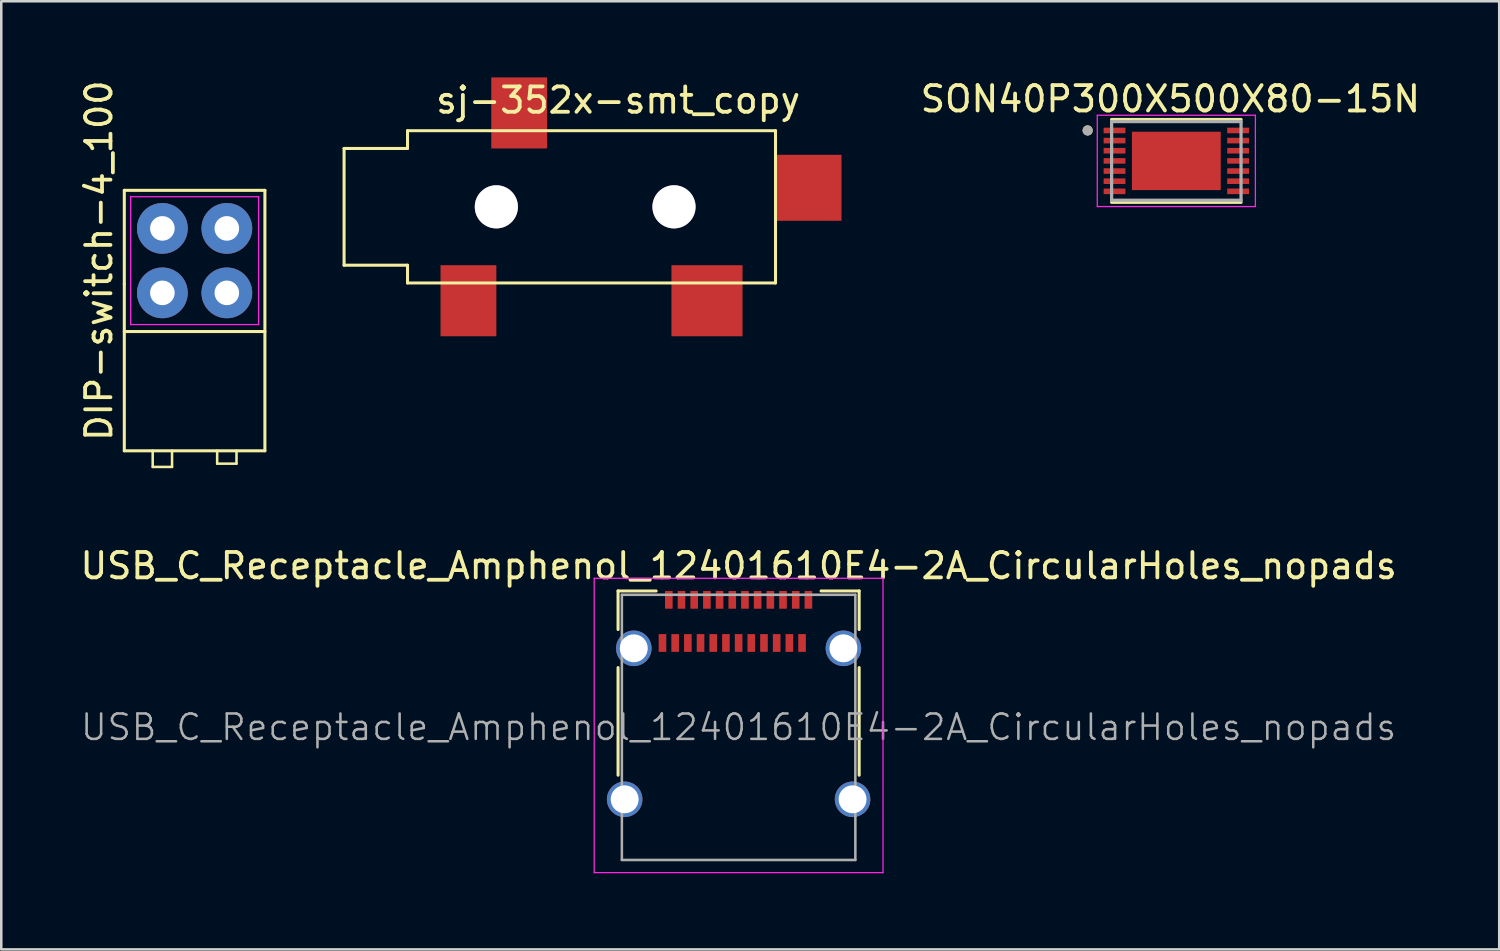
<source format=kicad_pcb>
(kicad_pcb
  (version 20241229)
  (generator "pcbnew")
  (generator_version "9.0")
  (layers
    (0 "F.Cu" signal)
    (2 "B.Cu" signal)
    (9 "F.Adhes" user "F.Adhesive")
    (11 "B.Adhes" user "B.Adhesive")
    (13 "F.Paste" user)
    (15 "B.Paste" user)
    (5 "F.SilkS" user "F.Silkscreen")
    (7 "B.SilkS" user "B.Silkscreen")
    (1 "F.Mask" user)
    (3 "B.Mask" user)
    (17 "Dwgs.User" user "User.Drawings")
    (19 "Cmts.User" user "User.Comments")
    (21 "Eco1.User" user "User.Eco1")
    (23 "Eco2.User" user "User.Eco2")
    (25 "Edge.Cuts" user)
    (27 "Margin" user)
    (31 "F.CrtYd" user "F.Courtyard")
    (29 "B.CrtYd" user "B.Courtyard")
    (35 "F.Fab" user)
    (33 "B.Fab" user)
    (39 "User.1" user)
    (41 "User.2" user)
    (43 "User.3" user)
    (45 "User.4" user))
  (footprint "DIP-switch-4_100"
    (layer "F.Cu")
    (at 4.618 7.22)
    (property "Reference" "DIP-switch-4_100" (at -3.77 0 90) (layer "F.SilkS") (effects (font (size 1 1) (thickness 0.15))))
    (fp_line (start -2.77 -2.77) (end -2.77 0.923) (stroke (width 0.12) (type default)) (layer "F.SilkS"))
    (fp_line (start -2.77 0.923) (end -2.77 7.493) (stroke (width 0.12) (type default)) (layer "F.SilkS"))
    (fp_line (start -2.77 2.794) (end 2.77 2.794) (stroke (width 0.12) (type default)) (layer "F.SilkS"))
    (fp_line (start -2.77 7.493) (end 2.77 7.493) (stroke (width 0.12) (type default)) (layer "F.SilkS"))
    (fp_line (start -1.651 7.493) (end -1.651 8.128) (stroke (width 0.1) (type default)) (layer "F.SilkS"))
    (fp_line (start -1.651 8.128) (end -0.889 8.128) (stroke (width 0.1) (type default)) (layer "F.SilkS"))
    (fp_line (start -0.889 8.128) (end -0.889 7.493) (stroke (width 0.1) (type default)) (layer "F.SilkS"))
    (fp_line (start 0.889 7.493) (end 0.889 8.001) (stroke (width 0.1) (type default)) (layer "F.SilkS"))
    (fp_line (start 0.889 8.001) (end 1.651 8.001) (stroke (width 0.1) (type default)) (layer "F.SilkS"))
    (fp_line (start 1.651 8.001) (end 1.651 7.493) (stroke (width 0.1) (type default)) (layer "F.SilkS"))
    (fp_line (start 2.77 -2.77) (end -2.77 -2.77) (stroke (width 0.12) (type default)) (layer "F.SilkS"))
    (fp_line (start 2.77 7.493) (end 2.77 -2.77) (stroke (width 0.12) (type default)) (layer "F.SilkS"))
    (fp_line (start -2.52 -2.52) (end 2.52 -2.52) (stroke (width 0.05) (type default)) (layer "F.CrtYd"))
    (fp_line (start -2.52 2.52) (end -2.52 -2.52) (stroke (width 0.05) (type default)) (layer "F.CrtYd"))
    (fp_line (start 2.52 -2.52) (end 2.52 2.52) (stroke (width 0.05) (type default)) (layer "F.CrtYd"))
    (fp_line (start 2.52 2.52) (end -2.52 2.52) (stroke (width 0.05) (type default)) (layer "F.CrtYd"))
    (pad "1" thru_hole circle (at -1.27 1.27) (size 2 2) (drill 0.97) (layers "*.Cu" "*.Mask"))
    (pad "2" thru_hole circle (at 1.27 1.27) (size 2 2) (drill 0.97) (layers "*.Cu" "*.Mask"))
    (pad "3" thru_hole circle (at 1.27 -1.27) (size 2 2) (drill 0.97) (layers "*.Cu" "*.Mask"))
    (pad "4" thru_hole circle (at -1.27 -1.27) (size 2 2) (drill 0.97) (layers "*.Cu" "*.Mask")))
  (footprint "USB_C_Receptacle_Amphenol_12401610E4-2A_CircularHoles_nopads"
    (layer "F.Cu")
    (at 26.054 25.606)
    (property "Reference" "USB_C_Receptacle_Amphenol_12401610E4-2A_CircularHoles_nopads" (at 0 -6.36 0) (layer "F.SilkS") (effects (font (size 1 1) (thickness 0.15))))
    (attr smd)
    (fp_line (start -4.75 -5.37) (end -4.75 -3.85) (stroke (width 0.12) (type solid)) (layer "F.SilkS"))
    (fp_line (start -4.75 -5.37) (end -3.25 -5.37) (stroke (width 0.12) (type solid)) (layer "F.SilkS"))
    (fp_line (start -4.75 -2.35) (end -4.75 1.89) (stroke (width 0.12) (type solid)) (layer "F.SilkS"))
    (fp_line (start 3.25 -5.37) (end 4.75 -5.37) (stroke (width 0.12) (type solid)) (layer "F.SilkS"))
    (fp_line (start 4.75 -5.37) (end 4.75 -3.85) (stroke (width 0.12) (type solid)) (layer "F.SilkS"))
    (fp_line (start 4.75 -2.35) (end 4.75 1.89) (stroke (width 0.12) (type solid)) (layer "F.SilkS"))
    (fp_line (start -5.69 -5.87) (end 5.69 -5.87) (stroke (width 0.05) (type solid)) (layer "F.CrtYd"))
    (fp_line (start -5.69 5.73) (end -5.69 -5.87) (stroke (width 0.05) (type solid)) (layer "F.CrtYd"))
    (fp_line (start 5.69 -5.87) (end 5.69 5.73) (stroke (width 0.05) (type solid)) (layer "F.CrtYd"))
    (fp_line (start 5.69 5.73) (end -5.69 5.73) (stroke (width 0.05) (type solid)) (layer "F.CrtYd"))
    (fp_line (start -4.6 -5.22) (end 4.6 -5.22) (stroke (width 0.1) (type solid)) (layer "F.Fab"))
    (fp_line (start -4.6 5.23) (end -4.6 -5.22) (stroke (width 0.1) (type solid)) (layer "F.Fab"))
    (fp_line (start -4.6 5.23) (end 4.6 5.23) (stroke (width 0.1) (type solid)) (layer "F.Fab"))
    (fp_line (start 4.6 5.23) (end 4.6 -5.22) (stroke (width 0.1) (type solid)) (layer "F.Fab"))
    (fp_text user "${REFERENCE}" (at 0 0 0) (layer "F.Fab") (effects (font (size 1 1) (thickness 0.1))))
    (pad "A1" smd rect (at -2.75 -5.02) (size 0.3 0.7) (layers "F.Cu" "F.Mask" "F.Paste"))
    (pad "A2" smd rect (at -2.25 -5.02) (size 0.3 0.7) (layers "F.Cu" "F.Mask" "F.Paste"))
    (pad "A3" smd rect (at -1.75 -5.02) (size 0.3 0.7) (layers "F.Cu" "F.Mask" "F.Paste"))
    (pad "A4" smd rect (at -1.25 -5.02) (size 0.3 0.7) (layers "F.Cu" "F.Mask" "F.Paste"))
    (pad "A5" smd rect (at -0.75 -5.02) (size 0.3 0.7) (layers "F.Cu" "F.Mask" "F.Paste"))
    (pad "A6" smd rect (at -0.25 -5.02) (size 0.3 0.7) (layers "F.Cu" "F.Mask" "F.Paste"))
    (pad "A7" smd rect (at 0.25 -5.02) (size 0.3 0.7) (layers "F.Cu" "F.Mask" "F.Paste"))
    (pad "A8" smd rect (at 0.75 -5.02) (size 0.3 0.7) (layers "F.Cu" "F.Mask" "F.Paste"))
    (pad "A9" smd rect (at 1.25 -5.02) (size 0.3 0.7) (layers "F.Cu" "F.Mask" "F.Paste"))
    (pad "A10" smd rect (at 1.75 -5.02) (size 0.3 0.7) (layers "F.Cu" "F.Mask" "F.Paste"))
    (pad "A11" smd rect (at 2.25 -5.02) (size 0.3 0.7) (layers "F.Cu" "F.Mask" "F.Paste"))
    (pad "A12" smd rect (at 2.75 -5.02) (size 0.3 0.7) (layers "F.Cu" "F.Mask" "F.Paste"))
    (pad "B1" smd rect (at 2.5 -3.32) (size 0.3 0.7) (layers "F.Cu" "F.Mask" "F.Paste"))
    (pad "B2" smd rect (at 2 -3.32) (size 0.3 0.7) (layers "F.Cu" "F.Mask" "F.Paste"))
    (pad "B3" smd rect (at 1.5 -3.32) (size 0.3 0.7) (layers "F.Cu" "F.Mask" "F.Paste"))
    (pad "B4" smd rect (at 1 -3.32) (size 0.3 0.7) (layers "F.Cu" "F.Mask" "F.Paste"))
    (pad "B5" smd rect (at 0.5 -3.32) (size 0.3 0.7) (layers "F.Cu" "F.Mask" "F.Paste"))
    (pad "B6" smd rect (at 0 -3.32) (size 0.3 0.7) (layers "F.Cu" "F.Mask" "F.Paste"))
    (pad "B7" smd rect (at -0.5 -3.32) (size 0.3 0.7) (layers "F.Cu" "F.Mask" "F.Paste"))
    (pad "B8" smd rect (at -1 -3.32) (size 0.3 0.7) (layers "F.Cu" "F.Mask" "F.Paste"))
    (pad "B9" smd rect (at -1.5 -3.32) (size 0.3 0.7) (layers "F.Cu" "F.Mask" "F.Paste"))
    (pad "B10" smd rect (at -2 -3.32) (size 0.3 0.7) (layers "F.Cu" "F.Mask" "F.Paste"))
    (pad "B11" smd rect (at -2.5 -3.32) (size 0.3 0.7) (layers "F.Cu" "F.Mask" "F.Paste"))
    (pad "B12" smd rect (at -3 -3.32) (size 0.3 0.7) (layers "F.Cu" "F.Mask" "F.Paste"))
    (pad "S1" thru_hole circle (at -4.49 2.84) (size 1.4 1.4) (drill 1.1) (layers "*.Cu" "*.Mask"))
    (pad "S1" thru_hole circle (at -4.13 -3.11) (size 1.4 1.4) (drill 1.1) (layers "*.Cu" "*.Mask"))
    (pad "S1" thru_hole circle (at 4.13 -3.11) (size 1.4 1.4) (drill 1.1) (layers "*.Cu" "*.Mask"))
    (pad "S1" thru_hole circle (at 4.49 2.84) (size 1.4 1.4) (drill 1.1) (layers "*.Cu" "*.Mask")))
  (footprint "SON40P300X500X80-15N"
    (layer "F.Cu")
    (at 43.302 3.29)
    (property "Reference" "SON40P300X500X80-15N" (at -0.235 -2.442 0) (layer "F.SilkS") (effects (font (size 1 1) (thickness 0.15))))
    (attr through_hole)
    (fp_line (start -2.55 -1.63) (end 2.55 -1.63) (stroke (width 0.127) (type solid)) (layer "F.SilkS"))
    (fp_line (start -2.55 1.63) (end 2.55 1.63) (stroke (width 0.127) (type solid)) (layer "F.SilkS"))
    (fp_circle (center -3.495 -1.2) (end -3.395 -1.2) (stroke (width 0.2) (type solid)) (fill no) (layer "F.SilkS"))
    (fp_poly (pts (xy -1.11 -0.73) (xy 1.11 -0.73) (xy 1.11 0.73) (xy -1.11 0.73)) (stroke (width 0.01) (type solid)) (fill yes) (layer "F.Paste"))
    (fp_line (start -3.115 -1.8) (end -3.115 1.8) (stroke (width 0.05) (type solid)) (layer "F.CrtYd"))
    (fp_line (start -3.115 -1.8) (end 3.115 -1.8) (stroke (width 0.05) (type solid)) (layer "F.CrtYd"))
    (fp_line (start -3.115 1.8) (end 3.115 1.8) (stroke (width 0.05) (type solid)) (layer "F.CrtYd"))
    (fp_line (start 3.115 -1.8) (end 3.115 1.8) (stroke (width 0.05) (type solid)) (layer "F.CrtYd"))
    (fp_line (start -2.55 -1.55) (end -2.55 1.55) (stroke (width 0.127) (type solid)) (layer "F.Fab"))
    (fp_line (start -2.55 -1.55) (end 2.55 -1.55) (stroke (width 0.127) (type solid)) (layer "F.Fab"))
    (fp_line (start -2.55 1.55) (end 2.55 1.55) (stroke (width 0.127) (type solid)) (layer "F.Fab"))
    (fp_line (start 2.55 -1.55) (end 2.55 1.55) (stroke (width 0.127) (type solid)) (layer "F.Fab"))
    (fp_circle (center -3.495 -1.2) (end -3.395 -1.2) (stroke (width 0.2) (type solid)) (fill no) (layer "F.Fab"))
    (pad "1" smd roundrect (at -2.435 -1.2) (size 0.86 0.22) (layers "F.Cu" "F.Mask" "F.Paste") (roundrect_rratio 0.03))
    (pad "2" smd roundrect (at -2.435 -0.8) (size 0.86 0.22) (layers "F.Cu" "F.Mask" "F.Paste") (roundrect_rratio 0.03))
    (pad "3" smd roundrect (at -2.435 -0.4) (size 0.86 0.22) (layers "F.Cu" "F.Mask" "F.Paste") (roundrect_rratio 0.03))
    (pad "4" smd roundrect (at -2.435 0) (size 0.86 0.22) (layers "F.Cu" "F.Mask" "F.Paste") (roundrect_rratio 0.03))
    (pad "5" smd roundrect (at -2.435 0.4) (size 0.86 0.22) (layers "F.Cu" "F.Mask" "F.Paste") (roundrect_rratio 0.03))
    (pad "6" smd roundrect (at -2.435 0.8) (size 0.86 0.22) (layers "F.Cu" "F.Mask" "F.Paste") (roundrect_rratio 0.03))
    (pad "7" smd roundrect (at -2.435 1.2) (size 0.86 0.22) (layers "F.Cu" "F.Mask" "F.Paste") (roundrect_rratio 0.03))
    (pad "8" smd roundrect (at 2.435 1.2) (size 0.86 0.22) (layers "F.Cu" "F.Mask" "F.Paste") (roundrect_rratio 0.03))
    (pad "9" smd roundrect (at 2.435 0.8) (size 0.86 0.22) (layers "F.Cu" "F.Mask" "F.Paste") (roundrect_rratio 0.03))
    (pad "10" smd roundrect (at 2.435 0.4) (size 0.86 0.22) (layers "F.Cu" "F.Mask" "F.Paste") (roundrect_rratio 0.03))
    (pad "11" smd roundrect (at 2.435 0) (size 0.86 0.22) (layers "F.Cu" "F.Mask" "F.Paste") (roundrect_rratio 0.03))
    (pad "12" smd roundrect (at 2.435 -0.4) (size 0.86 0.22) (layers "F.Cu" "F.Mask" "F.Paste") (roundrect_rratio 0.03))
    (pad "13" smd roundrect (at 2.435 -0.8) (size 0.86 0.22) (layers "F.Cu" "F.Mask" "F.Paste") (roundrect_rratio 0.03))
    (pad "14" smd roundrect (at 2.435 -1.2) (size 0.86 0.22) (layers "F.Cu" "F.Mask" "F.Paste") (roundrect_rratio 0.03))
    (pad "15" smd rect (at 0 0) (size 3.5 2.3) (layers "F.Cu" "F.Mask")))
  (footprint "sj-352x-smt_copy"
    (layer "F.Cu")
    (at 13.008 5.1)
    (property "Reference" "sj-352x-smt_copy" (at 8.3 -4.2 0) (layer "F.SilkS") (effects (font (size 1 1) (thickness 0.15))))
    (attr through_hole)
    (fp_line (start -2.5 -2.3) (end -2.5 2.3) (stroke (width 0.12) (type solid)) (layer "F.SilkS"))
    (fp_line (start -2.5 2.3) (end 0 2.3) (stroke (width 0.12) (type solid)) (layer "F.SilkS"))
    (fp_line (start 0 -3) (end 0 -2.3) (stroke (width 0.12) (type solid)) (layer "F.SilkS"))
    (fp_line (start 0 -2.3) (end -2.5 -2.3) (stroke (width 0.12) (type solid)) (layer "F.SilkS"))
    (fp_line (start 0 2.3) (end 0 3) (stroke (width 0.12) (type solid)) (layer "F.SilkS"))
    (fp_line (start 0 3) (end 14.5 3) (stroke (width 0.12) (type solid)) (layer "F.SilkS"))
    (fp_line (start 14.5 -3) (end 0 -3) (stroke (width 0.12) (type solid)) (layer "F.SilkS"))
    (fp_line (start 14.5 3) (end 14.5 -3) (stroke (width 0.12) (type solid)) (layer "F.SilkS"))
    (pad "" thru_hole circle (at 3.5 0) (size 1.7 1.7) (drill 1.7) (layers "*.Cu" "*.Mask"))
    (pad "" thru_hole circle (at 10.5 0) (size 1.7 1.7) (drill 1.7) (layers "*.Cu" "*.Mask"))
    (pad "G" smd rect (at 2.4 3.7) (size 2.2 2.8) (layers "F.Cu" "F.Mask" "F.Paste"))
    (pad "S" smd rect (at 4.4 -3.7) (size 2.2 2.8) (layers "F.Cu" "F.Mask" "F.Paste"))
    (pad "T" smd rect (at 11.8 3.7) (size 2.8 2.8) (layers "F.Cu" "F.Mask" "F.Paste"))
    (pad "TN" smd rect (at 15.8 -0.75 90) (size 2.6 2.6) (layers "F.Cu" "F.Mask" "F.Paste")))
  (gr_rect
    (start -3 -3)
    (end 56.025 34.361)
    (stroke (width 0.1) (type default))
    (fill no)
    (layer "Edge.Cuts")))
</source>
